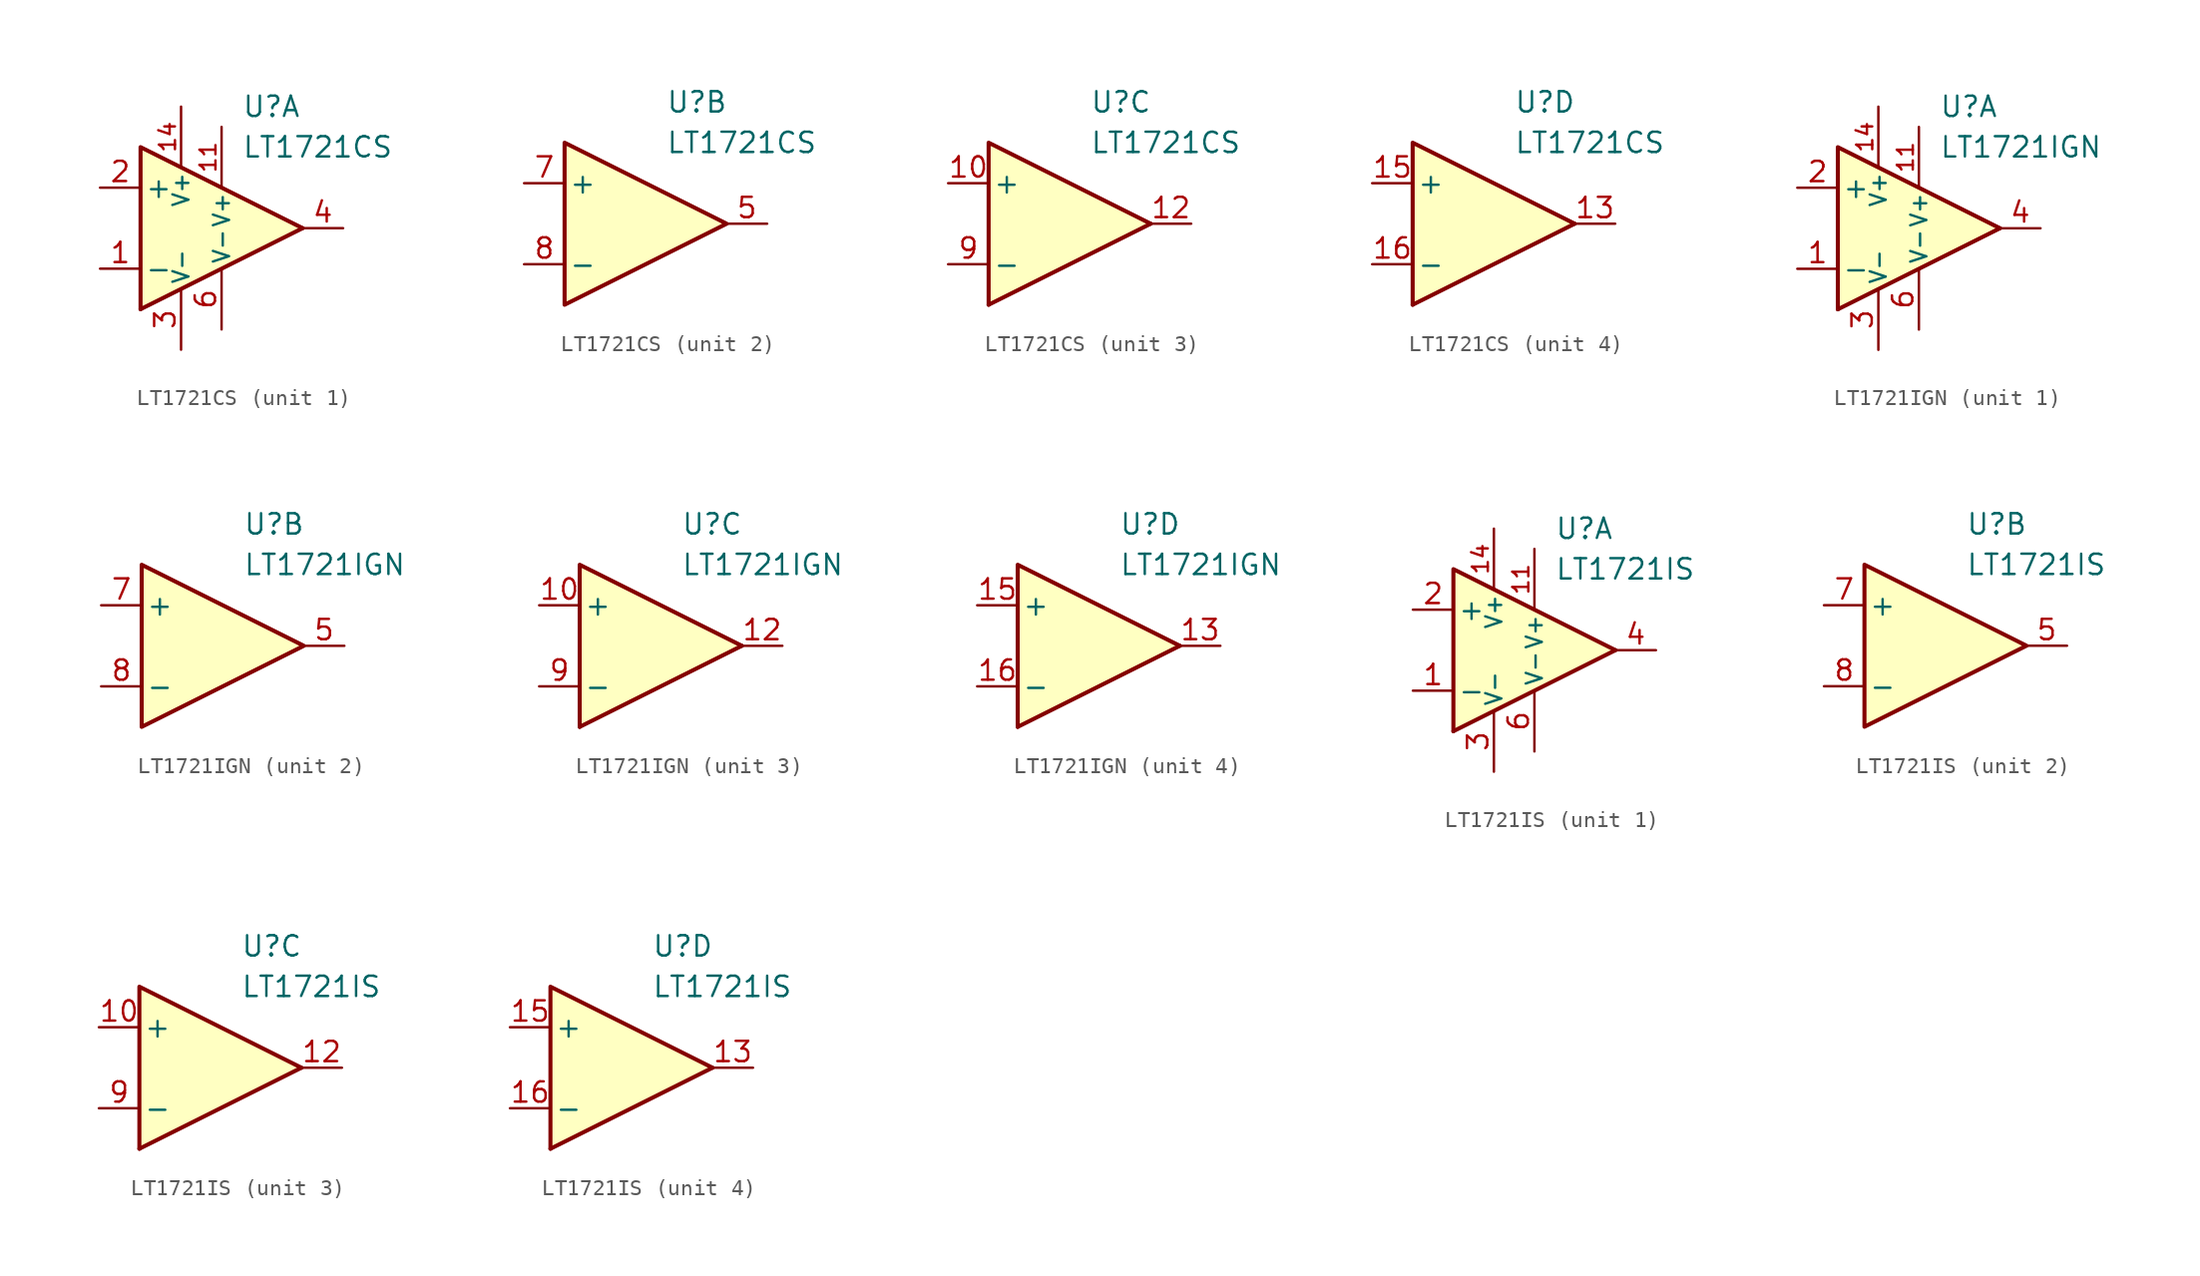
<source format=kicad_sym>
(kicad_symbol_lib
  (version 20211014)
  (generator kicad_symbol_editor)
  (symbol "LT1721CS"
    (pin_names
      (offset 0.254))
    (property "Reference" "U"
      (at 2.54 7.62 0)
      (effects (font (size 1.27 1.27)) (justify left)))
    (property "Value" "LT1721CS"
      (at 2.54 5.08 0)
      (effects (font (size 1.27 1.27)) (justify left)))
    (property "ki_locked" ""
      (at 0 0 0)
      (effects (font (size 1.27 1.27))))
    (symbol "LT1721CS_1_0"
      (polyline (pts (xy 6.35 0) (xy -3.81 -5.08)) (stroke (width 0.254) (type default) (color 0 0 0 0)) (fill (type none)))
      (polyline (pts (xy 6.35 0) (xy -3.81 5.08) (xy -3.81 -5.08)) (stroke (width 0.254) (type default) (color 0 0 0 0)) (fill (type background))))
    (symbol "LT1721CS_1_1"
      (pin input line (at -6.35 -2.54 0) (length 2.54) (name "-" (effects (font (size 1.27 1.27)))) (number "1" (effects (font (size 1.27 1.27)))))
      (pin power_in line (at 1.27 6.35 270) (length 3.81) (name "V+" (effects (font (size 1 1)))) (number "11" (effects (font (size 1 1)))))
      (pin power_in line (at -1.27 7.62 270) (length 3.81) (name "V+" (effects (font (size 1 1)))) (number "14" (effects (font (size 1 1)))))
      (pin input line (at -6.35 2.54 0) (length 2.54) (name "+" (effects (font (size 1.27 1.27)))) (number "2" (effects (font (size 1.27 1.27)))))
      (pin power_in line (at -1.27 -7.62 90) (length 3.81) (name "V-" (effects (font (size 1 1)))) (number "3" (effects (font (size 1.27 1.27)))))
      (pin output line (at 8.89 0 180) (length 2.54) (name "~" (effects (font (size 1.27 1.27)))) (number "4" (effects (font (size 1.27 1.27)))))
      (pin power_in line (at 1.27 -6.35 90) (length 3.81) (name "V-" (effects (font (size 1 1)))) (number "6" (effects (font (size 1.27 1.27))))))
    (symbol "LT1721CS_2_0"
      (polyline (pts (xy 6.35 0) (xy -3.81 5.08) (xy -3.81 -5.08) (xy 6.35 0)) (stroke (width 0.254) (type default) (color 0 0 0 0)) (fill (type background))))
    (symbol "LT1721CS_2_1"
      (pin output line (at 8.89 0 180) (length 2.54) (name "~" (effects (font (size 1.27 1.27)))) (number "5" (effects (font (size 1.27 1.27)))))
      (pin input line (at -6.35 2.54 0) (length 2.54) (name "+" (effects (font (size 1.27 1.27)))) (number "7" (effects (font (size 1.27 1.27)))))
      (pin input line (at -6.35 -2.54 0) (length 2.54) (name "-" (effects (font (size 1.27 1.27)))) (number "8" (effects (font (size 1.27 1.27))))))
    (symbol "LT1721CS_3_0"
      (polyline (pts (xy 6.35 0) (xy -3.81 -5.08)) (stroke (width 0.254) (type default) (color 0 0 0 0)) (fill (type none)))
      (polyline (pts (xy 6.35 0) (xy -3.81 5.08) (xy -3.81 -5.08)) (stroke (width 0.254) (type default) (color 0 0 0 0)) (fill (type background))))
    (symbol "LT1721CS_3_1"
      (pin input line (at -6.35 2.54 0) (length 2.54) (name "+" (effects (font (size 1.27 1.27)))) (number "10" (effects (font (size 1.27 1.27)))))
      (pin output line (at 8.89 0 180) (length 2.54) (name "~" (effects (font (size 1.27 1.27)))) (number "12" (effects (font (size 1.27 1.27)))))
      (pin input line (at -6.35 -2.54 0) (length 2.54) (name "-" (effects (font (size 1.27 1.27)))) (number "9" (effects (font (size 1.27 1.27))))))
    (symbol "LT1721CS_4_0"
      (polyline (pts (xy 6.35 0) (xy -3.81 -5.08)) (stroke (width 0.254) (type default) (color 0 0 0 0)) (fill (type none)))
      (polyline (pts (xy 6.35 0) (xy -3.81 5.08) (xy -3.81 -5.08)) (stroke (width 0.254) (type default) (color 0 0 0 0)) (fill (type background))))
    (symbol "LT1721CS_4_1"
      (pin output line (at 8.89 0 180) (length 2.54) (name "~" (effects (font (size 1.27 1.27)))) (number "13" (effects (font (size 1.27 1.27)))))
      (pin input line (at -6.35 2.54 0) (length 2.54) (name "+" (effects (font (size 1.27 1.27)))) (number "15" (effects (font (size 1.27 1.27)))))
      (pin input line (at -6.35 -2.54 0) (length 2.54) (name "-" (effects (font (size 1.27 1.27)))) (number "16" (effects (font (size 1.27 1.27)))))))
  (symbol "LT1721IGN"
    (pin_names
      (offset 0.254))
    (property "Reference" "U"
      (at 2.54 7.62 0)
      (effects (font (size 1.27 1.27)) (justify left)))
    (property "Value" "LT1721IGN"
      (at 2.54 5.08 0)
      (effects (font (size 1.27 1.27)) (justify left)))
    (property "ki_locked" ""
      (at 0 0 0)
      (effects (font (size 1.27 1.27))))
    (symbol "LT1721IGN_1_0"
      (polyline (pts (xy 6.35 0) (xy -3.81 -5.08)) (stroke (width 0.254) (type default) (color 0 0 0 0)) (fill (type none)))
      (polyline (pts (xy 6.35 0) (xy -3.81 5.08) (xy -3.81 -5.08)) (stroke (width 0.254) (type default) (color 0 0 0 0)) (fill (type background))))
    (symbol "LT1721IGN_1_1"
      (pin input line (at -6.35 -2.54 0) (length 2.54) (name "-" (effects (font (size 1.27 1.27)))) (number "1" (effects (font (size 1.27 1.27)))))
      (pin power_in line (at 1.27 6.35 270) (length 3.81) (name "V+" (effects (font (size 1 1)))) (number "11" (effects (font (size 1 1)))))
      (pin power_in line (at -1.27 7.62 270) (length 3.81) (name "V+" (effects (font (size 1 1)))) (number "14" (effects (font (size 1 1)))))
      (pin input line (at -6.35 2.54 0) (length 2.54) (name "+" (effects (font (size 1.27 1.27)))) (number "2" (effects (font (size 1.27 1.27)))))
      (pin power_in line (at -1.27 -7.62 90) (length 3.81) (name "V-" (effects (font (size 1 1)))) (number "3" (effects (font (size 1.27 1.27)))))
      (pin output line (at 8.89 0 180) (length 2.54) (name "~" (effects (font (size 1.27 1.27)))) (number "4" (effects (font (size 1.27 1.27)))))
      (pin power_in line (at 1.27 -6.35 90) (length 3.81) (name "V-" (effects (font (size 1 1)))) (number "6" (effects (font (size 1.27 1.27))))))
    (symbol "LT1721IGN_2_0"
      (polyline (pts (xy 6.35 0) (xy -3.81 5.08) (xy -3.81 -5.08) (xy 6.35 0)) (stroke (width 0.254) (type default) (color 0 0 0 0)) (fill (type background))))
    (symbol "LT1721IGN_2_1"
      (pin output line (at 8.89 0 180) (length 2.54) (name "~" (effects (font (size 1.27 1.27)))) (number "5" (effects (font (size 1.27 1.27)))))
      (pin input line (at -6.35 2.54 0) (length 2.54) (name "+" (effects (font (size 1.27 1.27)))) (number "7" (effects (font (size 1.27 1.27)))))
      (pin input line (at -6.35 -2.54 0) (length 2.54) (name "-" (effects (font (size 1.27 1.27)))) (number "8" (effects (font (size 1.27 1.27))))))
    (symbol "LT1721IGN_3_0"
      (polyline (pts (xy 6.35 0) (xy -3.81 -5.08)) (stroke (width 0.254) (type default) (color 0 0 0 0)) (fill (type none)))
      (polyline (pts (xy 6.35 0) (xy -3.81 5.08) (xy -3.81 -5.08)) (stroke (width 0.254) (type default) (color 0 0 0 0)) (fill (type background))))
    (symbol "LT1721IGN_3_1"
      (pin input line (at -6.35 2.54 0) (length 2.54) (name "+" (effects (font (size 1.27 1.27)))) (number "10" (effects (font (size 1.27 1.27)))))
      (pin output line (at 8.89 0 180) (length 2.54) (name "~" (effects (font (size 1.27 1.27)))) (number "12" (effects (font (size 1.27 1.27)))))
      (pin input line (at -6.35 -2.54 0) (length 2.54) (name "-" (effects (font (size 1.27 1.27)))) (number "9" (effects (font (size 1.27 1.27))))))
    (symbol "LT1721IGN_4_0"
      (polyline (pts (xy 6.35 0) (xy -3.81 -5.08)) (stroke (width 0.254) (type default) (color 0 0 0 0)) (fill (type none)))
      (polyline (pts (xy 6.35 0) (xy -3.81 5.08) (xy -3.81 -5.08)) (stroke (width 0.254) (type default) (color 0 0 0 0)) (fill (type background))))
    (symbol "LT1721IGN_4_1"
      (pin output line (at 8.89 0 180) (length 2.54) (name "~" (effects (font (size 1.27 1.27)))) (number "13" (effects (font (size 1.27 1.27)))))
      (pin input line (at -6.35 2.54 0) (length 2.54) (name "+" (effects (font (size 1.27 1.27)))) (number "15" (effects (font (size 1.27 1.27)))))
      (pin input line (at -6.35 -2.54 0) (length 2.54) (name "-" (effects (font (size 1.27 1.27)))) (number "16" (effects (font (size 1.27 1.27)))))))
  (symbol "LT1721IS"
    (pin_names
      (offset 0.254))
    (property "Reference" "U"
      (at 2.54 7.62 0)
      (effects (font (size 1.27 1.27)) (justify left)))
    (property "Value" "LT1721IS"
      (at 2.54 5.08 0)
      (effects (font (size 1.27 1.27)) (justify left)))
    (property "ki_locked" ""
      (at 0 0 0)
      (effects (font (size 1.27 1.27))))
    (symbol "LT1721IS_1_0"
      (polyline (pts (xy 6.35 0) (xy -3.81 -5.08)) (stroke (width 0.254) (type default) (color 0 0 0 0)) (fill (type none)))
      (polyline (pts (xy 6.35 0) (xy -3.81 5.08) (xy -3.81 -5.08)) (stroke (width 0.254) (type default) (color 0 0 0 0)) (fill (type background))))
    (symbol "LT1721IS_1_1"
      (pin input line (at -6.35 -2.54 0) (length 2.54) (name "-" (effects (font (size 1.27 1.27)))) (number "1" (effects (font (size 1.27 1.27)))))
      (pin power_in line (at 1.27 6.35 270) (length 3.81) (name "V+" (effects (font (size 1 1)))) (number "11" (effects (font (size 1 1)))))
      (pin power_in line (at -1.27 7.62 270) (length 3.81) (name "V+" (effects (font (size 1 1)))) (number "14" (effects (font (size 1 1)))))
      (pin input line (at -6.35 2.54 0) (length 2.54) (name "+" (effects (font (size 1.27 1.27)))) (number "2" (effects (font (size 1.27 1.27)))))
      (pin power_in line (at -1.27 -7.62 90) (length 3.81) (name "V-" (effects (font (size 1 1)))) (number "3" (effects (font (size 1.27 1.27)))))
      (pin output line (at 8.89 0 180) (length 2.54) (name "~" (effects (font (size 1.27 1.27)))) (number "4" (effects (font (size 1.27 1.27)))))
      (pin power_in line (at 1.27 -6.35 90) (length 3.81) (name "V-" (effects (font (size 1 1)))) (number "6" (effects (font (size 1.27 1.27))))))
    (symbol "LT1721IS_2_0"
      (polyline (pts (xy 6.35 0) (xy -3.81 5.08) (xy -3.81 -5.08) (xy 6.35 0)) (stroke (width 0.254) (type default) (color 0 0 0 0)) (fill (type background))))
    (symbol "LT1721IS_2_1"
      (pin output line (at 8.89 0 180) (length 2.54) (name "~" (effects (font (size 1.27 1.27)))) (number "5" (effects (font (size 1.27 1.27)))))
      (pin input line (at -6.35 2.54 0) (length 2.54) (name "+" (effects (font (size 1.27 1.27)))) (number "7" (effects (font (size 1.27 1.27)))))
      (pin input line (at -6.35 -2.54 0) (length 2.54) (name "-" (effects (font (size 1.27 1.27)))) (number "8" (effects (font (size 1.27 1.27))))))
    (symbol "LT1721IS_3_0"
      (polyline (pts (xy 6.35 0) (xy -3.81 -5.08)) (stroke (width 0.254) (type default) (color 0 0 0 0)) (fill (type none)))
      (polyline (pts (xy 6.35 0) (xy -3.81 5.08) (xy -3.81 -5.08)) (stroke (width 0.254) (type default) (color 0 0 0 0)) (fill (type background))))
    (symbol "LT1721IS_3_1"
      (pin input line (at -6.35 2.54 0) (length 2.54) (name "+" (effects (font (size 1.27 1.27)))) (number "10" (effects (font (size 1.27 1.27)))))
      (pin output line (at 8.89 0 180) (length 2.54) (name "~" (effects (font (size 1.27 1.27)))) (number "12" (effects (font (size 1.27 1.27)))))
      (pin input line (at -6.35 -2.54 0) (length 2.54) (name "-" (effects (font (size 1.27 1.27)))) (number "9" (effects (font (size 1.27 1.27))))))
    (symbol "LT1721IS_4_0"
      (polyline (pts (xy 6.35 0) (xy -3.81 -5.08)) (stroke (width 0.254) (type default) (color 0 0 0 0)) (fill (type none)))
      (polyline (pts (xy 6.35 0) (xy -3.81 5.08) (xy -3.81 -5.08)) (stroke (width 0.254) (type default) (color 0 0 0 0)) (fill (type background))))
    (symbol "LT1721IS_4_1"
      (pin output line (at 8.89 0 180) (length 2.54) (name "~" (effects (font (size 1.27 1.27)))) (number "13" (effects (font (size 1.27 1.27)))))
      (pin input line (at -6.35 2.54 0) (length 2.54) (name "+" (effects (font (size 1.27 1.27)))) (number "15" (effects (font (size 1.27 1.27)))))
      (pin input line (at -6.35 -2.54 0) (length 2.54) (name "-" (effects (font (size 1.27 1.27)))) (number "16" (effects (font (size 1.27 1.27))))))))
</source>
